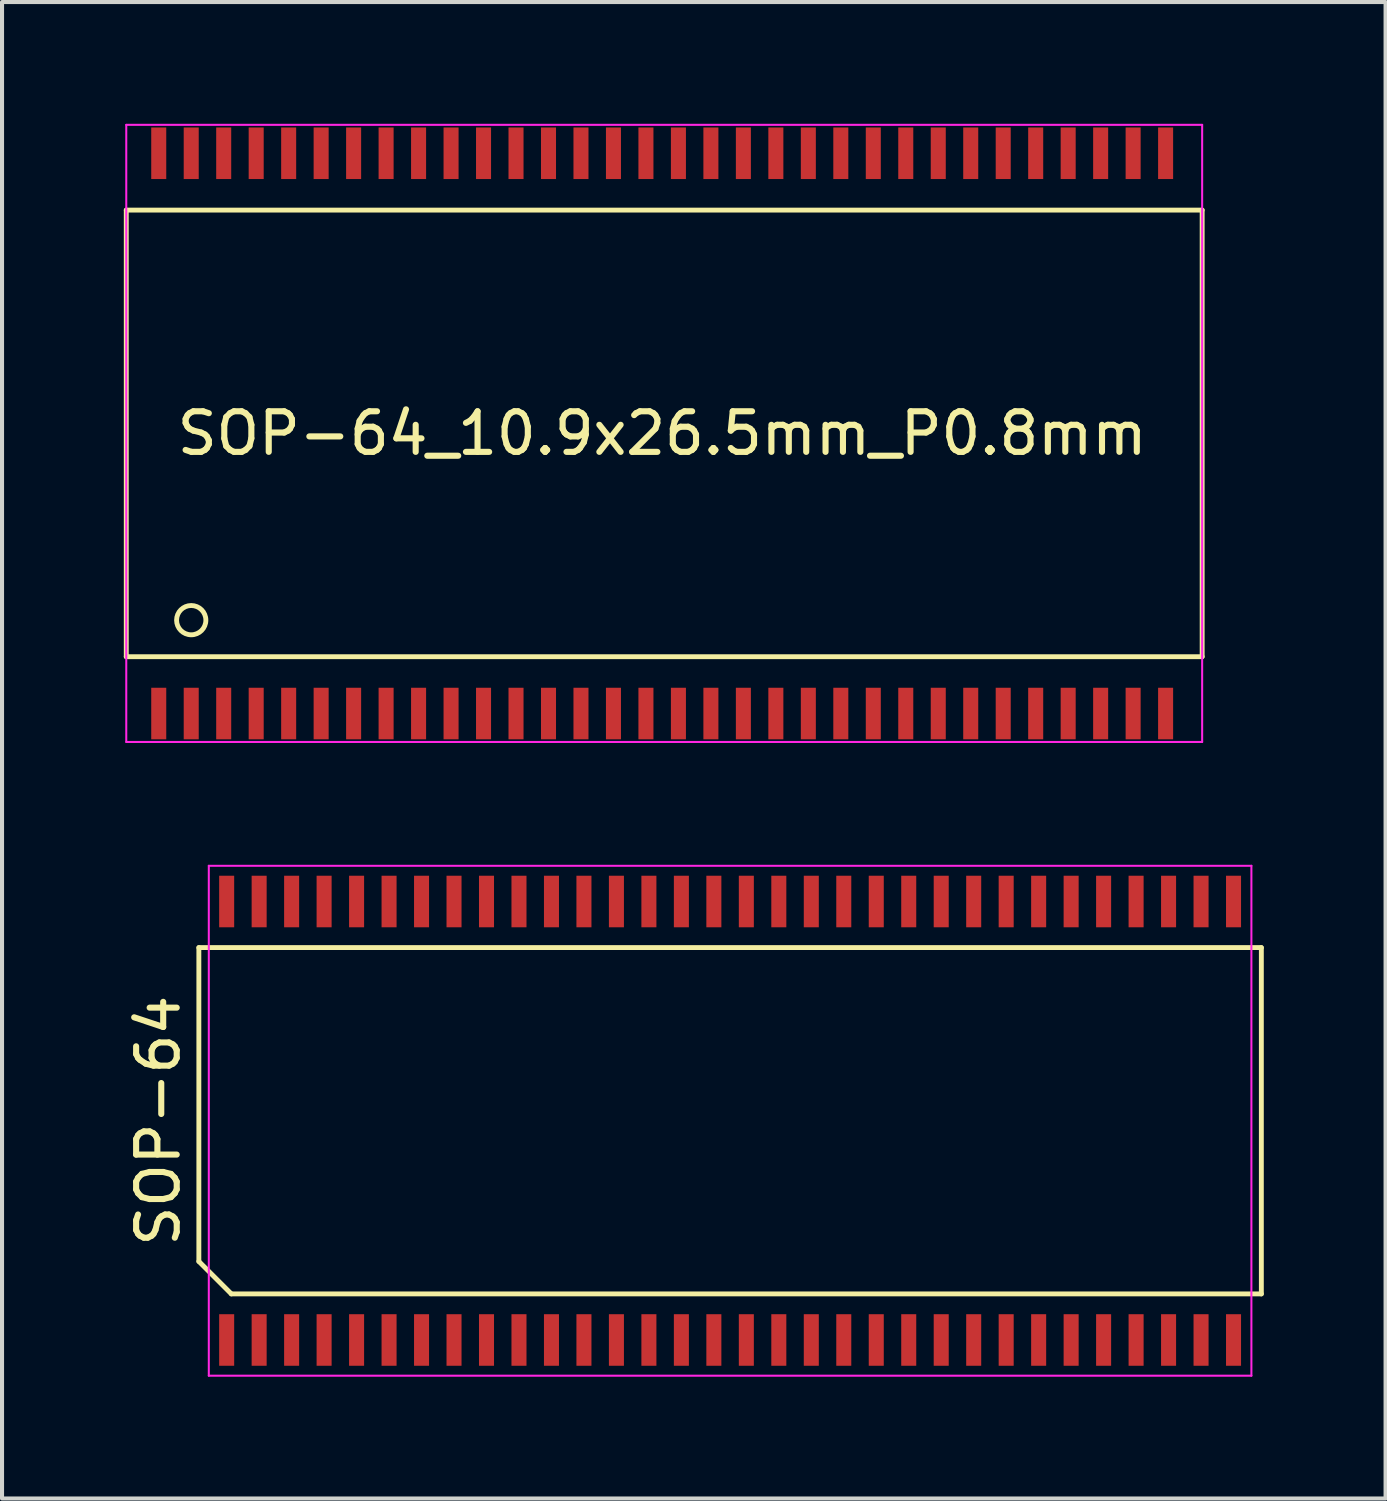
<source format=kicad_pcb>
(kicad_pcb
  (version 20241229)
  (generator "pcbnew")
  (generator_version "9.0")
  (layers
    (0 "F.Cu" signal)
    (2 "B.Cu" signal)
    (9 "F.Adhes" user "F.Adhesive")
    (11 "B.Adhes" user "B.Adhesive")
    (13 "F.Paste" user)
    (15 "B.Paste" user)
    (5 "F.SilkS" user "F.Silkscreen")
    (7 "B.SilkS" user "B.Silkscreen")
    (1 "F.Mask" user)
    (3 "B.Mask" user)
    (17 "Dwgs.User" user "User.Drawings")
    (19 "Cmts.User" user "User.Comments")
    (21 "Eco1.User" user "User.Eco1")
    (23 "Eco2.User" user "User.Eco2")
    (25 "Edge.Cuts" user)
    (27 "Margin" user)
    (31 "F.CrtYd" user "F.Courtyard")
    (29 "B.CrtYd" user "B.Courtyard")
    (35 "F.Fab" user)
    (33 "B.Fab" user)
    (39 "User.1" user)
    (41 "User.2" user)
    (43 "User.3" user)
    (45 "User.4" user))
  (footprint "SOP-64_10.9x26.5mm_P0.8mm"
    (layer "F.Cu")
    (at 13.26 7.625)
    (property "Reference" "SOP-64_10.9x26.5mm_P0.8mm" (at 0 0 180) (layer "F.SilkS") (effects (font (size 1 1) (thickness 0.15))))
    (attr smd)
    (fp_line (start -13.2 -5.5) (end 13.3 -5.5) (stroke (width 0.12) (type solid)) (layer "F.SilkS"))
    (fp_line (start -13.2 5.5) (end -13.2 -5.5) (stroke (width 0.12) (type solid)) (layer "F.SilkS"))
    (fp_line (start 13.3 -5.5) (end 13.3 5.5) (stroke (width 0.12) (type solid)) (layer "F.SilkS"))
    (fp_line (start 13.3 5.5) (end -13.2 5.5) (stroke (width 0.12) (type solid)) (layer "F.SilkS"))
    (fp_circle (center -11.6 4.6) (end -11.3 4.4) (stroke (width 0.12) (type solid)) (fill no) (layer "F.SilkS"))
    (fp_line (start -13.2 -7.6) (end 13.3 -7.6) (stroke (width 0.05) (type solid)) (layer "F.CrtYd"))
    (fp_line (start -13.2 7.6) (end -13.2 -7.6) (stroke (width 0.05) (type solid)) (layer "F.CrtYd"))
    (fp_line (start 13.3 -7.6) (end 13.3 7.6) (stroke (width 0.05) (type solid)) (layer "F.CrtYd"))
    (fp_line (start 13.3 7.6) (end -13.2 7.6) (stroke (width 0.05) (type solid)) (layer "F.CrtYd"))
    (pad "1" smd rect (at -12.4 6.9) (size 0.37 1.27) (layers "F.Cu" "F.Mask" "F.Paste"))
    (pad "2" smd rect (at -11.6 6.9) (size 0.37 1.27) (layers "F.Cu" "F.Mask" "F.Paste"))
    (pad "3" smd rect (at -10.8 6.9) (size 0.37 1.27) (layers "F.Cu" "F.Mask" "F.Paste"))
    (pad "4" smd rect (at -10 6.9) (size 0.37 1.27) (layers "F.Cu" "F.Mask" "F.Paste"))
    (pad "5" smd rect (at -9.2 6.9) (size 0.37 1.27) (layers "F.Cu" "F.Mask" "F.Paste"))
    (pad "6" smd rect (at -8.4 6.9) (size 0.37 1.27) (layers "F.Cu" "F.Mask" "F.Paste"))
    (pad "7" smd rect (at -7.6 6.9) (size 0.37 1.27) (layers "F.Cu" "F.Mask" "F.Paste"))
    (pad "8" smd rect (at -6.8 6.9) (size 0.37 1.27) (layers "F.Cu" "F.Mask" "F.Paste"))
    (pad "9" smd rect (at -6 6.9) (size 0.37 1.27) (layers "F.Cu" "F.Mask" "F.Paste"))
    (pad "10" smd rect (at -5.2 6.9) (size 0.37 1.27) (layers "F.Cu" "F.Mask" "F.Paste"))
    (pad "11" smd rect (at -4.4 6.9) (size 0.37 1.27) (layers "F.Cu" "F.Mask" "F.Paste"))
    (pad "12" smd rect (at -3.6 6.9) (size 0.37 1.27) (layers "F.Cu" "F.Mask" "F.Paste"))
    (pad "13" smd rect (at -2.8 6.9) (size 0.37 1.27) (layers "F.Cu" "F.Mask" "F.Paste"))
    (pad "14" smd rect (at -2 6.9) (size 0.37 1.27) (layers "F.Cu" "F.Mask" "F.Paste"))
    (pad "15" smd rect (at -1.2 6.9) (size 0.37 1.27) (layers "F.Cu" "F.Mask" "F.Paste"))
    (pad "16" smd rect (at -0.4 6.9) (size 0.37 1.27) (layers "F.Cu" "F.Mask" "F.Paste"))
    (pad "17" smd rect (at 0.4 6.9) (size 0.37 1.27) (layers "F.Cu" "F.Mask" "F.Paste"))
    (pad "18" smd rect (at 1.2 6.9) (size 0.37 1.27) (layers "F.Cu" "F.Mask" "F.Paste"))
    (pad "19" smd rect (at 2 6.9) (size 0.37 1.27) (layers "F.Cu" "F.Mask" "F.Paste"))
    (pad "20" smd rect (at 2.8 6.9) (size 0.37 1.27) (layers "F.Cu" "F.Mask" "F.Paste"))
    (pad "21" smd rect (at 3.6 6.9) (size 0.37 1.27) (layers "F.Cu" "F.Mask" "F.Paste"))
    (pad "22" smd rect (at 4.4 6.9) (size 0.37 1.27) (layers "F.Cu" "F.Mask" "F.Paste"))
    (pad "23" smd rect (at 5.2 6.9) (size 0.37 1.27) (layers "F.Cu" "F.Mask" "F.Paste"))
    (pad "24" smd rect (at 6 6.9) (size 0.37 1.27) (layers "F.Cu" "F.Mask" "F.Paste"))
    (pad "25" smd rect (at 6.8 6.9) (size 0.37 1.27) (layers "F.Cu" "F.Mask" "F.Paste"))
    (pad "26" smd rect (at 7.6 6.9) (size 0.37 1.27) (layers "F.Cu" "F.Mask" "F.Paste"))
    (pad "27" smd rect (at 8.4 6.9) (size 0.37 1.27) (layers "F.Cu" "F.Mask" "F.Paste"))
    (pad "28" smd rect (at 9.2 6.9) (size 0.37 1.27) (layers "F.Cu" "F.Mask" "F.Paste"))
    (pad "29" smd rect (at 10 6.9) (size 0.37 1.27) (layers "F.Cu" "F.Mask" "F.Paste"))
    (pad "30" smd rect (at 10.8 6.9) (size 0.37 1.27) (layers "F.Cu" "F.Mask" "F.Paste"))
    (pad "31" smd rect (at 11.6 6.9) (size 0.37 1.27) (layers "F.Cu" "F.Mask" "F.Paste"))
    (pad "32" smd rect (at 12.4 6.9) (size 0.37 1.27) (layers "F.Cu" "F.Mask" "F.Paste"))
    (pad "33" smd rect (at 12.4 -6.9) (size 0.37 1.27) (layers "F.Cu" "F.Mask" "F.Paste"))
    (pad "34" smd rect (at 11.6 -6.9) (size 0.37 1.27) (layers "F.Cu" "F.Mask" "F.Paste"))
    (pad "35" smd rect (at 10.8 -6.9) (size 0.37 1.27) (layers "F.Cu" "F.Mask" "F.Paste"))
    (pad "36" smd rect (at 10 -6.9) (size 0.37 1.27) (layers "F.Cu" "F.Mask" "F.Paste"))
    (pad "37" smd rect (at 9.2 -6.9) (size 0.37 1.27) (layers "F.Cu" "F.Mask" "F.Paste"))
    (pad "38" smd rect (at 8.4 -6.9) (size 0.37 1.27) (layers "F.Cu" "F.Mask" "F.Paste"))
    (pad "39" smd rect (at 7.6 -6.9) (size 0.37 1.27) (layers "F.Cu" "F.Mask" "F.Paste"))
    (pad "40" smd rect (at 6.8 -6.9) (size 0.37 1.27) (layers "F.Cu" "F.Mask" "F.Paste"))
    (pad "41" smd rect (at 6 -6.9) (size 0.37 1.27) (layers "F.Cu" "F.Mask" "F.Paste"))
    (pad "42" smd rect (at 5.2 -6.9) (size 0.37 1.27) (layers "F.Cu" "F.Mask" "F.Paste"))
    (pad "43" smd rect (at 4.4 -6.9) (size 0.37 1.27) (layers "F.Cu" "F.Mask" "F.Paste"))
    (pad "44" smd rect (at 3.6 -6.9) (size 0.37 1.27) (layers "F.Cu" "F.Mask" "F.Paste"))
    (pad "45" smd rect (at 2.8 -6.9) (size 0.37 1.27) (layers "F.Cu" "F.Mask" "F.Paste"))
    (pad "46" smd rect (at 2 -6.9) (size 0.37 1.27) (layers "F.Cu" "F.Mask" "F.Paste"))
    (pad "47" smd rect (at 1.2 -6.9) (size 0.37 1.27) (layers "F.Cu" "F.Mask" "F.Paste"))
    (pad "48" smd rect (at 0.4 -6.9) (size 0.37 1.27) (layers "F.Cu" "F.Mask" "F.Paste"))
    (pad "49" smd rect (at -0.4 -6.9) (size 0.37 1.27) (layers "F.Cu" "F.Mask" "F.Paste"))
    (pad "50" smd rect (at -1.2 -6.9) (size 0.37 1.27) (layers "F.Cu" "F.Mask" "F.Paste"))
    (pad "51" smd rect (at -2 -6.9) (size 0.37 1.27) (layers "F.Cu" "F.Mask" "F.Paste"))
    (pad "52" smd rect (at -2.8 -6.9) (size 0.37 1.27) (layers "F.Cu" "F.Mask" "F.Paste"))
    (pad "53" smd rect (at -3.6 -6.9) (size 0.37 1.27) (layers "F.Cu" "F.Mask" "F.Paste"))
    (pad "54" smd rect (at -4.4 -6.9) (size 0.37 1.27) (layers "F.Cu" "F.Mask" "F.Paste"))
    (pad "55" smd rect (at -5.2 -6.9) (size 0.37 1.27) (layers "F.Cu" "F.Mask" "F.Paste"))
    (pad "56" smd rect (at -6 -6.9) (size 0.37 1.27) (layers "F.Cu" "F.Mask" "F.Paste"))
    (pad "57" smd rect (at -6.8 -6.9) (size 0.37 1.27) (layers "F.Cu" "F.Mask" "F.Paste"))
    (pad "58" smd rect (at -7.6 -6.9) (size 0.37 1.27) (layers "F.Cu" "F.Mask" "F.Paste"))
    (pad "59" smd rect (at -8.4 -6.9) (size 0.37 1.27) (layers "F.Cu" "F.Mask" "F.Paste"))
    (pad "60" smd rect (at -9.2 -6.9) (size 0.37 1.27) (layers "F.Cu" "F.Mask" "F.Paste"))
    (pad "61" smd rect (at -10 -6.9) (size 0.37 1.27) (layers "F.Cu" "F.Mask" "F.Paste"))
    (pad "62" smd rect (at -10.8 -6.9) (size 0.37 1.27) (layers "F.Cu" "F.Mask" "F.Paste"))
    (pad "63" smd rect (at -11.6 -6.9) (size 0.37 1.27) (layers "F.Cu" "F.Mask" "F.Paste"))
    (pad "64" smd rect (at -12.4 -6.9) (size 0.37 1.27) (layers "F.Cu" "F.Mask" "F.Paste")))
  (footprint "SOP-64"
    (layer "F.Cu")
    (at 14.933 24.555)
    (property "Reference" "SOP-64" (at -14.085 0 90) (layer "F.SilkS") (effects (font (size 1 1) (thickness 0.15))))
    (attr smd)
    (fp_line (start -13.085 -4.265) (end 13.085 -4.265) (stroke (width 0.12) (type solid)) (layer "F.SilkS"))
    (fp_line (start -13.085 3.465) (end -13.085 -4.265) (stroke (width 0.12) (type solid)) (layer "F.SilkS"))
    (fp_line (start -12.285 4.265) (end -13.085 3.465) (stroke (width 0.12) (type solid)) (layer "F.SilkS"))
    (fp_line (start 13.085 -4.265) (end 13.085 4.265) (stroke (width 0.12) (type solid)) (layer "F.SilkS"))
    (fp_line (start 13.085 4.265) (end -12.285 4.265) (stroke (width 0.12) (type solid)) (layer "F.SilkS"))
    (fp_line (start -12.84 -6.28) (end 12.84 -6.28) (stroke (width 0.05) (type solid)) (layer "F.CrtYd"))
    (fp_line (start -12.84 6.28) (end -12.84 -6.28) (stroke (width 0.05) (type solid)) (layer "F.CrtYd"))
    (fp_line (start 12.84 -6.28) (end 12.84 6.28) (stroke (width 0.05) (type solid)) (layer "F.CrtYd"))
    (fp_line (start 12.84 6.28) (end -12.84 6.28) (stroke (width 0.05) (type solid)) (layer "F.CrtYd"))
    (pad "1" smd rect (at -12.4 5.4) (size 0.37 1.27) (layers "F.Cu" "F.Mask" "F.Paste"))
    (pad "2" smd rect (at -11.6 5.4) (size 0.37 1.27) (layers "F.Cu" "F.Mask" "F.Paste"))
    (pad "3" smd rect (at -10.8 5.4) (size 0.37 1.27) (layers "F.Cu" "F.Mask" "F.Paste"))
    (pad "4" smd rect (at -10 5.4) (size 0.37 1.27) (layers "F.Cu" "F.Mask" "F.Paste"))
    (pad "5" smd rect (at -9.2 5.4) (size 0.37 1.27) (layers "F.Cu" "F.Mask" "F.Paste"))
    (pad "6" smd rect (at -8.4 5.4) (size 0.37 1.27) (layers "F.Cu" "F.Mask" "F.Paste"))
    (pad "7" smd rect (at -7.6 5.4) (size 0.37 1.27) (layers "F.Cu" "F.Mask" "F.Paste"))
    (pad "8" smd rect (at -6.8 5.4) (size 0.37 1.27) (layers "F.Cu" "F.Mask" "F.Paste"))
    (pad "9" smd rect (at -6 5.4) (size 0.37 1.27) (layers "F.Cu" "F.Mask" "F.Paste"))
    (pad "10" smd rect (at -5.2 5.4) (size 0.37 1.27) (layers "F.Cu" "F.Mask" "F.Paste"))
    (pad "11" smd rect (at -4.4 5.4) (size 0.37 1.27) (layers "F.Cu" "F.Mask" "F.Paste"))
    (pad "12" smd rect (at -3.6 5.4) (size 0.37 1.27) (layers "F.Cu" "F.Mask" "F.Paste"))
    (pad "13" smd rect (at -2.8 5.4) (size 0.37 1.27) (layers "F.Cu" "F.Mask" "F.Paste"))
    (pad "14" smd rect (at -2 5.4) (size 0.37 1.27) (layers "F.Cu" "F.Mask" "F.Paste"))
    (pad "15" smd rect (at -1.2 5.4) (size 0.37 1.27) (layers "F.Cu" "F.Mask" "F.Paste"))
    (pad "16" smd rect (at -0.4 5.4) (size 0.37 1.27) (layers "F.Cu" "F.Mask" "F.Paste"))
    (pad "17" smd rect (at 0.4 5.4) (size 0.37 1.27) (layers "F.Cu" "F.Mask" "F.Paste"))
    (pad "18" smd rect (at 1.2 5.4) (size 0.37 1.27) (layers "F.Cu" "F.Mask" "F.Paste"))
    (pad "19" smd rect (at 2 5.4) (size 0.37 1.27) (layers "F.Cu" "F.Mask" "F.Paste"))
    (pad "20" smd rect (at 2.8 5.4) (size 0.37 1.27) (layers "F.Cu" "F.Mask" "F.Paste"))
    (pad "21" smd rect (at 3.6 5.4) (size 0.37 1.27) (layers "F.Cu" "F.Mask" "F.Paste"))
    (pad "22" smd rect (at 4.4 5.4) (size 0.37 1.27) (layers "F.Cu" "F.Mask" "F.Paste"))
    (pad "23" smd rect (at 5.2 5.4) (size 0.37 1.27) (layers "F.Cu" "F.Mask" "F.Paste"))
    (pad "24" smd rect (at 6 5.4) (size 0.37 1.27) (layers "F.Cu" "F.Mask" "F.Paste"))
    (pad "25" smd rect (at 6.8 5.4) (size 0.37 1.27) (layers "F.Cu" "F.Mask" "F.Paste"))
    (pad "26" smd rect (at 7.6 5.4) (size 0.37 1.27) (layers "F.Cu" "F.Mask" "F.Paste"))
    (pad "27" smd rect (at 8.4 5.4) (size 0.37 1.27) (layers "F.Cu" "F.Mask" "F.Paste"))
    (pad "28" smd rect (at 9.2 5.4) (size 0.37 1.27) (layers "F.Cu" "F.Mask" "F.Paste"))
    (pad "29" smd rect (at 10 5.4) (size 0.37 1.27) (layers "F.Cu" "F.Mask" "F.Paste"))
    (pad "30" smd rect (at 10.8 5.4) (size 0.37 1.27) (layers "F.Cu" "F.Mask" "F.Paste"))
    (pad "31" smd rect (at 11.6 5.4) (size 0.37 1.27) (layers "F.Cu" "F.Mask" "F.Paste"))
    (pad "32" smd rect (at 12.4 5.4) (size 0.37 1.27) (layers "F.Cu" "F.Mask" "F.Paste"))
    (pad "33" smd rect (at 12.4 -5.4) (size 0.37 1.27) (layers "F.Cu" "F.Mask" "F.Paste"))
    (pad "34" smd rect (at 11.6 -5.4) (size 0.37 1.27) (layers "F.Cu" "F.Mask" "F.Paste"))
    (pad "35" smd rect (at 10.8 -5.4) (size 0.37 1.27) (layers "F.Cu" "F.Mask" "F.Paste"))
    (pad "36" smd rect (at 10 -5.4) (size 0.37 1.27) (layers "F.Cu" "F.Mask" "F.Paste"))
    (pad "37" smd rect (at 9.2 -5.4) (size 0.37 1.27) (layers "F.Cu" "F.Mask" "F.Paste"))
    (pad "38" smd rect (at 8.4 -5.4) (size 0.37 1.27) (layers "F.Cu" "F.Mask" "F.Paste"))
    (pad "39" smd rect (at 7.6 -5.4) (size 0.37 1.27) (layers "F.Cu" "F.Mask" "F.Paste"))
    (pad "40" smd rect (at 6.8 -5.4) (size 0.37 1.27) (layers "F.Cu" "F.Mask" "F.Paste"))
    (pad "41" smd rect (at 6 -5.4) (size 0.37 1.27) (layers "F.Cu" "F.Mask" "F.Paste"))
    (pad "42" smd rect (at 5.2 -5.4) (size 0.37 1.27) (layers "F.Cu" "F.Mask" "F.Paste"))
    (pad "43" smd rect (at 4.4 -5.4) (size 0.37 1.27) (layers "F.Cu" "F.Mask" "F.Paste"))
    (pad "44" smd rect (at 3.6 -5.4) (size 0.37 1.27) (layers "F.Cu" "F.Mask" "F.Paste"))
    (pad "45" smd rect (at 2.8 -5.4) (size 0.37 1.27) (layers "F.Cu" "F.Mask" "F.Paste"))
    (pad "46" smd rect (at 2 -5.4) (size 0.37 1.27) (layers "F.Cu" "F.Mask" "F.Paste"))
    (pad "47" smd rect (at 1.2 -5.4) (size 0.37 1.27) (layers "F.Cu" "F.Mask" "F.Paste"))
    (pad "48" smd rect (at 0.4 -5.4) (size 0.37 1.27) (layers "F.Cu" "F.Mask" "F.Paste"))
    (pad "49" smd rect (at -0.4 -5.4) (size 0.37 1.27) (layers "F.Cu" "F.Mask" "F.Paste"))
    (pad "50" smd rect (at -1.2 -5.4) (size 0.37 1.27) (layers "F.Cu" "F.Mask" "F.Paste"))
    (pad "51" smd rect (at -2 -5.4) (size 0.37 1.27) (layers "F.Cu" "F.Mask" "F.Paste"))
    (pad "52" smd rect (at -2.8 -5.4) (size 0.37 1.27) (layers "F.Cu" "F.Mask" "F.Paste"))
    (pad "53" smd rect (at -3.6 -5.4) (size 0.37 1.27) (layers "F.Cu" "F.Mask" "F.Paste"))
    (pad "54" smd rect (at -4.4 -5.4) (size 0.37 1.27) (layers "F.Cu" "F.Mask" "F.Paste"))
    (pad "55" smd rect (at -5.2 -5.4) (size 0.37 1.27) (layers "F.Cu" "F.Mask" "F.Paste"))
    (pad "56" smd rect (at -6 -5.4) (size 0.37 1.27) (layers "F.Cu" "F.Mask" "F.Paste"))
    (pad "57" smd rect (at -6.8 -5.4) (size 0.37 1.27) (layers "F.Cu" "F.Mask" "F.Paste"))
    (pad "58" smd rect (at -7.6 -5.4) (size 0.37 1.27) (layers "F.Cu" "F.Mask" "F.Paste"))
    (pad "59" smd rect (at -8.4 -5.4) (size 0.37 1.27) (layers "F.Cu" "F.Mask" "F.Paste"))
    (pad "60" smd rect (at -9.2 -5.4) (size 0.37 1.27) (layers "F.Cu" "F.Mask" "F.Paste"))
    (pad "61" smd rect (at -10 -5.4) (size 0.37 1.27) (layers "F.Cu" "F.Mask" "F.Paste"))
    (pad "62" smd rect (at -10.8 -5.4) (size 0.37 1.27) (layers "F.Cu" "F.Mask" "F.Paste"))
    (pad "63" smd rect (at -11.6 -5.4) (size 0.37 1.27) (layers "F.Cu" "F.Mask" "F.Paste"))
    (pad "64" smd rect (at -12.4 -5.4) (size 0.37 1.27) (layers "F.Cu" "F.Mask" "F.Paste")))
  (gr_rect
    (start -3 -3)
    (end 31.078 33.86)
    (stroke (width 0.1) (type default))
    (fill no)
    (layer "Edge.Cuts")))
</source>
